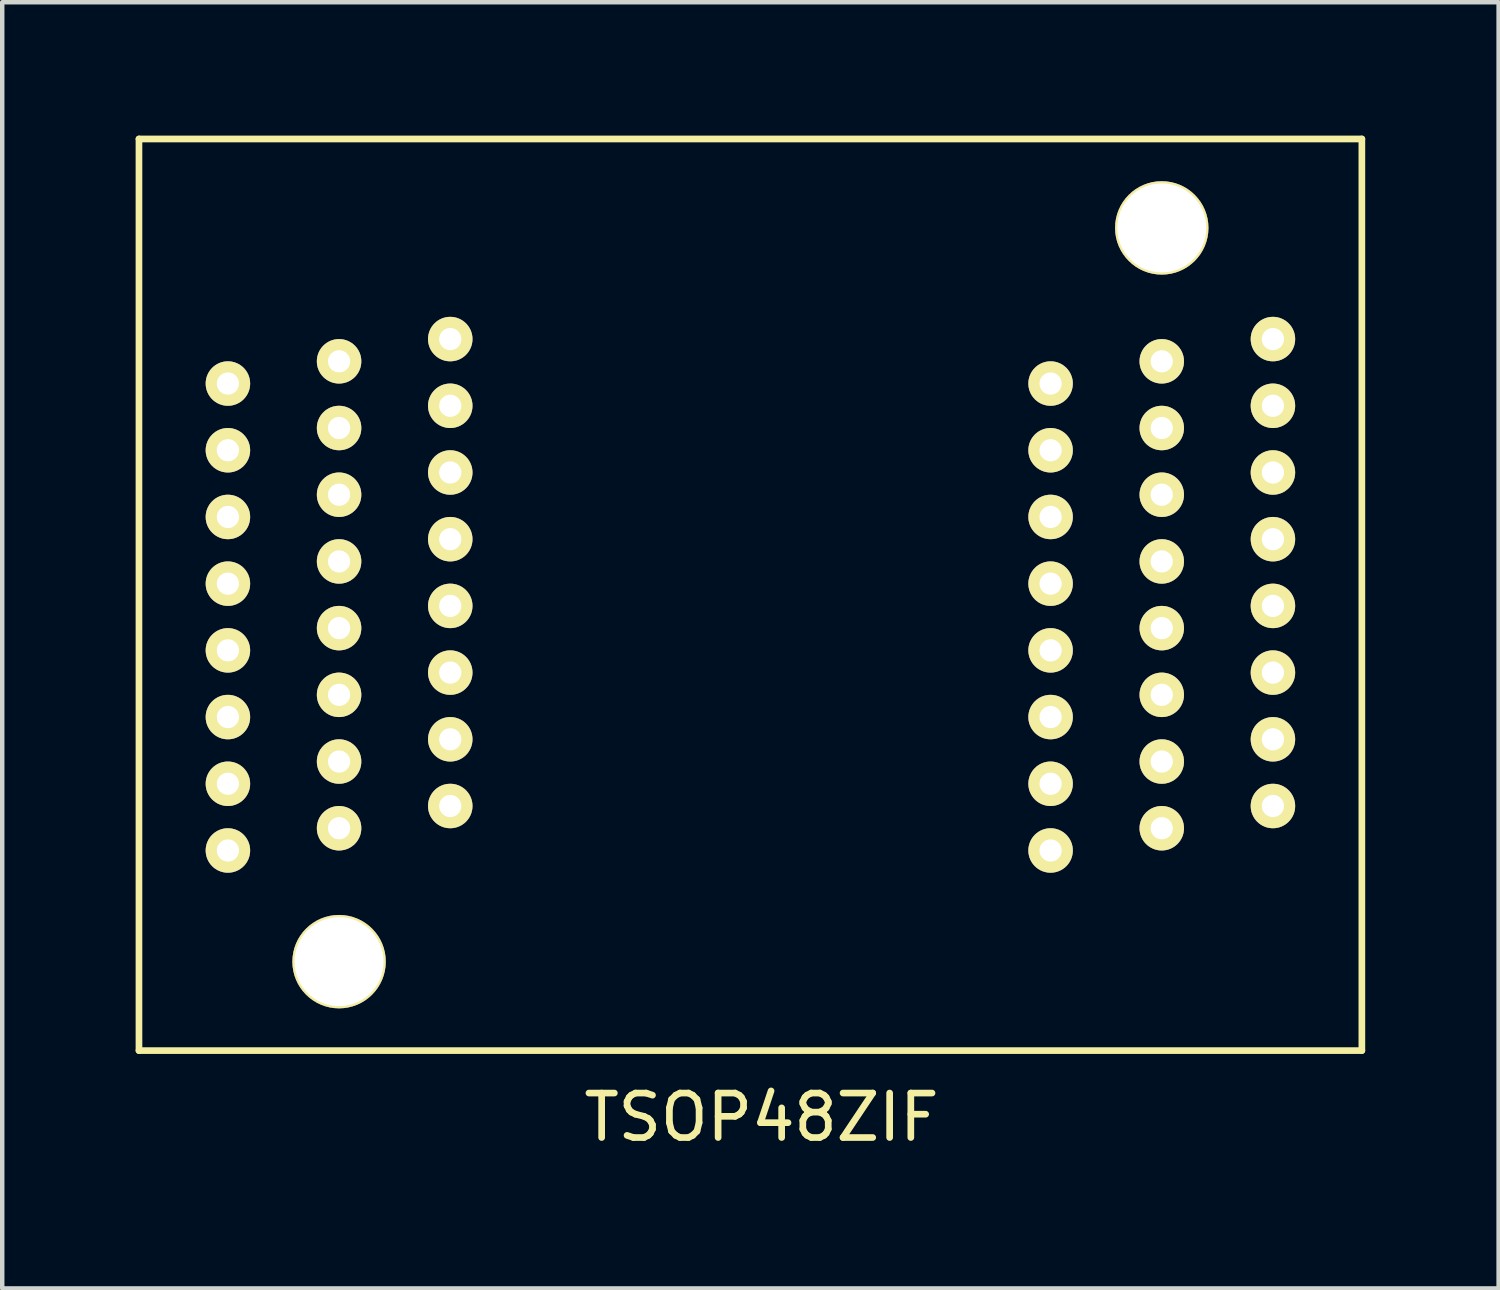
<source format=kicad_pcb>
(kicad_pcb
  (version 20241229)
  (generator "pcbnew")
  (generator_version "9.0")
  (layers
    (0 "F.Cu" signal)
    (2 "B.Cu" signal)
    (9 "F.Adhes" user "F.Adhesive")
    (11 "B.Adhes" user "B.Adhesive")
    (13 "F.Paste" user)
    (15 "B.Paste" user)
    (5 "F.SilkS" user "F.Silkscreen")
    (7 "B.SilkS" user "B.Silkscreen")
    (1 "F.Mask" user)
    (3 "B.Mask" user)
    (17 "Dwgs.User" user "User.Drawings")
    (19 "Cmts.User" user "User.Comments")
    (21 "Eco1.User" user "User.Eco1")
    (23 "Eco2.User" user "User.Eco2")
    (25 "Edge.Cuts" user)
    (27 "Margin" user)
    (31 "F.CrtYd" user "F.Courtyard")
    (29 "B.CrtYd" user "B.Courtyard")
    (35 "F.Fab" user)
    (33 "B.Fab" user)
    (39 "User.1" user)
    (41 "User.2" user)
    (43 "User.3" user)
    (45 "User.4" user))
  (footprint "TSOP48ZIF"
    (layer "F.Cu")
    (at 7.075 22.575)
    (property "Reference" "TSOP48ZIF" (at 7 -0.5 0) (layer "F.SilkS") (effects (font (size 1 1) (thickness 0.15))))
    (attr through_hole)
    (fp_line (start -7 -22.5) (end 20.5 -22.5) (stroke (width 0.15) (type solid)) (layer "F.SilkS"))
    (fp_line (start -7 -2) (end -7 -22.5) (stroke (width 0.15) (type solid)) (layer "F.SilkS"))
    (fp_line (start 20.5 -22.5) (end 20.5 -2) (stroke (width 0.15) (type solid)) (layer "F.SilkS"))
    (fp_line (start 20.5 -2) (end -7 -2) (stroke (width 0.15) (type solid)) (layer "F.SilkS"))
    (pad "1" thru_hole circle (at 0 -18 180) (size 1 1) (drill 0.5) (layers "*.Cu" "*.Mask" "F.SilkS"))
    (pad "2" thru_hole circle (at -2.5 -17.5 180) (size 1 1) (drill 0.5) (layers "*.Cu" "*.Mask" "F.SilkS"))
    (pad "3" thru_hole circle (at -5 -17 180) (size 1 1) (drill 0.5) (layers "*.Cu" "*.Mask" "F.SilkS"))
    (pad "4" thru_hole circle (at 0 -16.5 180) (size 1 1) (drill 0.5) (layers "*.Cu" "*.Mask" "F.SilkS"))
    (pad "5" thru_hole circle (at -2.5 -16 180) (size 1 1) (drill 0.5) (layers "*.Cu" "*.Mask" "F.SilkS"))
    (pad "6" thru_hole circle (at -5 -15.5 180) (size 1 1) (drill 0.5) (layers "*.Cu" "*.Mask" "F.SilkS"))
    (pad "7" thru_hole circle (at 0 -15 180) (size 1 1) (drill 0.5) (layers "*.Cu" "*.Mask" "F.SilkS"))
    (pad "8" thru_hole circle (at -2.5 -14.5 180) (size 1 1) (drill 0.5) (layers "*.Cu" "*.Mask" "F.SilkS"))
    (pad "9" thru_hole circle (at -5 -14 180) (size 1 1) (drill 0.5) (layers "*.Cu" "*.Mask" "F.SilkS"))
    (pad "10" thru_hole circle (at 0 -13.5 180) (size 1 1) (drill 0.5) (layers "*.Cu" "*.Mask" "F.SilkS"))
    (pad "11" thru_hole circle (at -2.5 -13 180) (size 1 1) (drill 0.5) (layers "*.Cu" "*.Mask" "F.SilkS"))
    (pad "12" thru_hole circle (at -5 -12.5 180) (size 1 1) (drill 0.5) (layers "*.Cu" "*.Mask" "F.SilkS"))
    (pad "13" thru_hole circle (at 0 -12 180) (size 1 1) (drill 0.5) (layers "*.Cu" "*.Mask" "F.SilkS"))
    (pad "14" thru_hole circle (at -2.5 -11.5 180) (size 1 1) (drill 0.5) (layers "*.Cu" "*.Mask" "F.SilkS"))
    (pad "15" thru_hole circle (at -5 -11 180) (size 1 1) (drill 0.5) (layers "*.Cu" "*.Mask" "F.SilkS"))
    (pad "16" thru_hole circle (at 0 -10.5 180) (size 1 1) (drill 0.5) (layers "*.Cu" "*.Mask" "F.SilkS"))
    (pad "17" thru_hole circle (at -2.5 -10 180) (size 1 1) (drill 0.5) (layers "*.Cu" "*.Mask" "F.SilkS"))
    (pad "18" thru_hole circle (at -5 -9.5 180) (size 1 1) (drill 0.5) (layers "*.Cu" "*.Mask" "F.SilkS"))
    (pad "19" thru_hole circle (at 0 -9 180) (size 1 1) (drill 0.5) (layers "*.Cu" "*.Mask" "F.SilkS"))
    (pad "20" thru_hole circle (at -2.5 -8.5 180) (size 1 1) (drill 0.5) (layers "*.Cu" "*.Mask" "F.SilkS"))
    (pad "21" thru_hole circle (at -5 -8 180) (size 1 1) (drill 0.5) (layers "*.Cu" "*.Mask" "F.SilkS"))
    (pad "22" thru_hole circle (at 0 -7.5 180) (size 1 1) (drill 0.5) (layers "*.Cu" "*.Mask" "F.SilkS"))
    (pad "23" thru_hole circle (at -2.5 -7 180) (size 1 1) (drill 0.5) (layers "*.Cu" "*.Mask" "F.SilkS"))
    (pad "24" thru_hole circle (at -5 -6.5 180) (size 1 1) (drill 0.5) (layers "*.Cu" "*.Mask" "F.SilkS"))
    (pad "25" thru_hole circle (at 13.5 -6.5 180) (size 1 1) (drill 0.5) (layers "*.Cu" "*.Mask" "F.SilkS"))
    (pad "26" thru_hole circle (at 16 -20.5) (size 2.1 2.1) (drill 2) (layers "*.Cu" "*.Mask" "F.SilkS"))
    (pad "26" thru_hole circle (at 16 -7 180) (size 1 1) (drill 0.5) (layers "*.Cu" "*.Mask" "F.SilkS"))
    (pad "27" thru_hole circle (at -2.5 -4) (size 2.1 2.1) (drill 2) (layers "*.Cu" "*.Mask" "F.SilkS"))
    (pad "27" thru_hole circle (at 18.5 -7.5 180) (size 1 1) (drill 0.5) (layers "*.Cu" "*.Mask" "F.SilkS"))
    (pad "28" thru_hole circle (at 13.5 -8 180) (size 1 1) (drill 0.5) (layers "*.Cu" "*.Mask" "F.SilkS"))
    (pad "29" thru_hole circle (at 16 -8.5 180) (size 1 1) (drill 0.5) (layers "*.Cu" "*.Mask" "F.SilkS"))
    (pad "30" thru_hole circle (at 18.5 -9 180) (size 1 1) (drill 0.5) (layers "*.Cu" "*.Mask" "F.SilkS"))
    (pad "31" thru_hole circle (at 13.5 -9.5 180) (size 1 1) (drill 0.5) (layers "*.Cu" "*.Mask" "F.SilkS"))
    (pad "32" thru_hole circle (at 16 -10 180) (size 1 1) (drill 0.5) (layers "*.Cu" "*.Mask" "F.SilkS"))
    (pad "33" thru_hole circle (at 18.5 -10.5 180) (size 1 1) (drill 0.5) (layers "*.Cu" "*.Mask" "F.SilkS"))
    (pad "34" thru_hole circle (at 13.5 -11 180) (size 1 1) (drill 0.5) (layers "*.Cu" "*.Mask" "F.SilkS"))
    (pad "35" thru_hole circle (at 16 -11.5 180) (size 1 1) (drill 0.5) (layers "*.Cu" "*.Mask" "F.SilkS"))
    (pad "36" thru_hole circle (at 18.5 -12 180) (size 1 1) (drill 0.5) (layers "*.Cu" "*.Mask" "F.SilkS"))
    (pad "37" thru_hole circle (at 13.5 -12.5 180) (size 1 1) (drill 0.5) (layers "*.Cu" "*.Mask" "F.SilkS"))
    (pad "38" thru_hole circle (at 16 -13 180) (size 1 1) (drill 0.5) (layers "*.Cu" "*.Mask" "F.SilkS"))
    (pad "39" thru_hole circle (at 18.5 -13.5 180) (size 1 1) (drill 0.5) (layers "*.Cu" "*.Mask" "F.SilkS"))
    (pad "40" thru_hole circle (at 13.5 -14 180) (size 1 1) (drill 0.5) (layers "*.Cu" "*.Mask" "F.SilkS"))
    (pad "41" thru_hole circle (at 16 -14.5 180) (size 1 1) (drill 0.5) (layers "*.Cu" "*.Mask" "F.SilkS"))
    (pad "42" thru_hole circle (at 18.5 -15 180) (size 1 1) (drill 0.5) (layers "*.Cu" "*.Mask" "F.SilkS"))
    (pad "43" thru_hole circle (at 13.5 -15.5 180) (size 1 1) (drill 0.5) (layers "*.Cu" "*.Mask" "F.SilkS"))
    (pad "44" thru_hole circle (at 16 -16 180) (size 1 1) (drill 0.5) (layers "*.Cu" "*.Mask" "F.SilkS"))
    (pad "45" thru_hole circle (at 18.5 -16.5 180) (size 1 1) (drill 0.5) (layers "*.Cu" "*.Mask" "F.SilkS"))
    (pad "46" thru_hole circle (at 13.5 -17 180) (size 1 1) (drill 0.5) (layers "*.Cu" "*.Mask" "F.SilkS"))
    (pad "47" thru_hole circle (at 16 -17.5 180) (size 1 1) (drill 0.5) (layers "*.Cu" "*.Mask" "F.SilkS"))
    (pad "48" thru_hole circle (at 18.5 -18 180) (size 1 1) (drill 0.5) (layers "*.Cu" "*.Mask" "F.SilkS")))
  (gr_rect
    (start -3 -3)
    (end 30.65 25.923)
    (stroke (width 0.1) (type default))
    (fill no)
    (layer "Edge.Cuts")))
</source>
